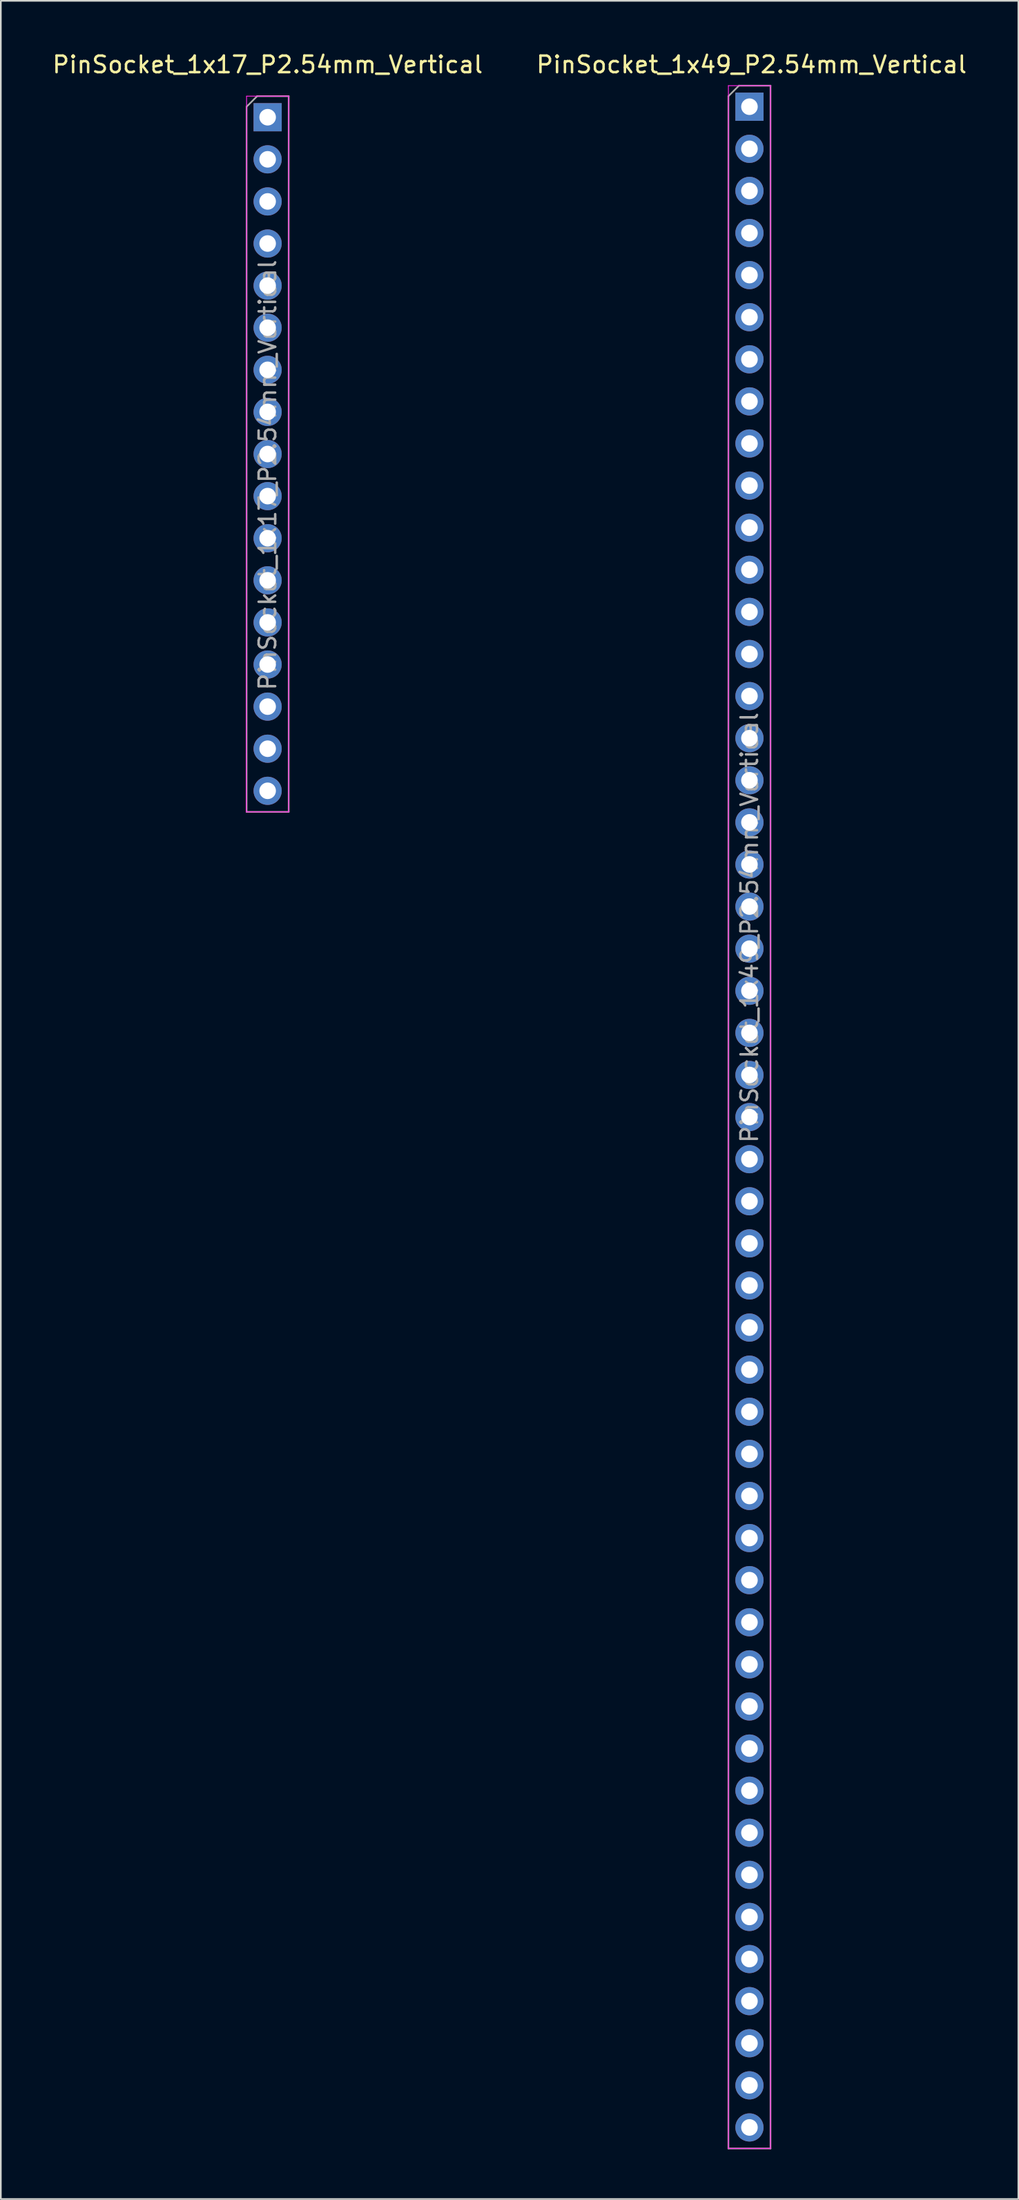
<source format=kicad_pcb>
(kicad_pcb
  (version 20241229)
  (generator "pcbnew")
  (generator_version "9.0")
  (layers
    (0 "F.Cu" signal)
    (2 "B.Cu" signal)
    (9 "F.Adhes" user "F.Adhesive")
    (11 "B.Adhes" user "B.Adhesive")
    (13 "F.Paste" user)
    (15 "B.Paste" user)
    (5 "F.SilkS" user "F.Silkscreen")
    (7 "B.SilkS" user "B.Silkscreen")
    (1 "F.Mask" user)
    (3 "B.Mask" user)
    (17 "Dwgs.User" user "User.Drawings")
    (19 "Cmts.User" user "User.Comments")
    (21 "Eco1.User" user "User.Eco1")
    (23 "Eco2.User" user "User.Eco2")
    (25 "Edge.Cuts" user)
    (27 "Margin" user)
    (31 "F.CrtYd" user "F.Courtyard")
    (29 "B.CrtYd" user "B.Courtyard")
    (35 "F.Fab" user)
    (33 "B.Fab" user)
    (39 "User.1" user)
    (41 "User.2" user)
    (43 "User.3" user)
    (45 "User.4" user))
  (footprint "PinSocket_1x49_P2.54mm_Vertical"
    (layer "F.Cu")
    (at 42.177 3.388)
    (property "Reference" "PinSocket_1x49_P2.54mm_Vertical" (at 0.127 -2.54 0) (layer "F.SilkS") (effects (font (size 1 1) (thickness 0.15))))
    (attr through_hole)
    (fp_line (start -1.27 -1.27) (end -1.27 123.19) (stroke (width 0.05) (type solid)) (layer "F.CrtYd"))
    (fp_line (start -1.27 123.19) (end 1.27 123.19) (stroke (width 0.05) (type solid)) (layer "F.CrtYd"))
    (fp_line (start 1.27 -1.27) (end -1.27 -1.27) (stroke (width 0.05) (type solid)) (layer "F.CrtYd"))
    (fp_line (start 1.27 123.19) (end 1.27 -1.27) (stroke (width 0.05) (type solid)) (layer "F.CrtYd"))
    (fp_line (start -1.27 -0.635) (end -0.635 -1.27) (stroke (width 0.1) (type solid)) (layer "F.Fab"))
    (fp_line (start -1.27 123.19) (end -1.27 -0.635) (stroke (width 0.1) (type solid)) (layer "F.Fab"))
    (fp_line (start -0.635 -1.27) (end 1.27 -1.27) (stroke (width 0.1) (type solid)) (layer "F.Fab"))
    (fp_line (start 1.27 -1.27) (end 1.27 123.19) (stroke (width 0.1) (type solid)) (layer "F.Fab"))
    (fp_line (start 1.27 123.19) (end -1.27 123.19) (stroke (width 0.1) (type solid)) (layer "F.Fab"))
    (fp_text user "${REFERENCE}" (at 0 49.53 90) (layer "F.Fab") (effects (font (size 1 1) (thickness 0.15))))
    (pad "1" thru_hole rect (at 0 0) (size 1.7 1.7) (drill 1) (layers "*.Cu" "*.Mask"))
    (pad "2" thru_hole oval (at 0 2.54) (size 1.7 1.7) (drill 1) (layers "*.Cu" "*.Mask"))
    (pad "3" thru_hole oval (at 0 5.08) (size 1.7 1.7) (drill 1) (layers "*.Cu" "*.Mask"))
    (pad "4" thru_hole oval (at 0 7.62) (size 1.7 1.7) (drill 1) (layers "*.Cu" "*.Mask"))
    (pad "5" thru_hole oval (at 0 10.16) (size 1.7 1.7) (drill 1) (layers "*.Cu" "*.Mask"))
    (pad "6" thru_hole oval (at 0 12.7) (size 1.7 1.7) (drill 1) (layers "*.Cu" "*.Mask"))
    (pad "7" thru_hole oval (at 0 15.24) (size 1.7 1.7) (drill 1) (layers "*.Cu" "*.Mask"))
    (pad "8" thru_hole oval (at 0 17.78) (size 1.7 1.7) (drill 1) (layers "*.Cu" "*.Mask"))
    (pad "9" thru_hole oval (at 0 20.32) (size 1.7 1.7) (drill 1) (layers "*.Cu" "*.Mask"))
    (pad "10" thru_hole oval (at 0 22.86) (size 1.7 1.7) (drill 1) (layers "*.Cu" "*.Mask"))
    (pad "11" thru_hole oval (at 0 25.4) (size 1.7 1.7) (drill 1) (layers "*.Cu" "*.Mask"))
    (pad "12" thru_hole oval (at 0 27.94) (size 1.7 1.7) (drill 1) (layers "*.Cu" "*.Mask"))
    (pad "13" thru_hole oval (at 0 30.48) (size 1.7 1.7) (drill 1) (layers "*.Cu" "*.Mask"))
    (pad "14" thru_hole oval (at 0 33.02) (size 1.7 1.7) (drill 1) (layers "*.Cu" "*.Mask"))
    (pad "15" thru_hole oval (at 0 35.56) (size 1.7 1.7) (drill 1) (layers "*.Cu" "*.Mask"))
    (pad "16" thru_hole oval (at 0 38.1) (size 1.7 1.7) (drill 1) (layers "*.Cu" "*.Mask"))
    (pad "17" thru_hole oval (at 0 40.64) (size 1.7 1.7) (drill 1) (layers "*.Cu" "*.Mask"))
    (pad "18" thru_hole oval (at 0 43.18) (size 1.7 1.7) (drill 1) (layers "*.Cu" "*.Mask"))
    (pad "19" thru_hole oval (at 0 45.72) (size 1.7 1.7) (drill 1) (layers "*.Cu" "*.Mask"))
    (pad "20" thru_hole oval (at 0 48.26) (size 1.7 1.7) (drill 1) (layers "*.Cu" "*.Mask"))
    (pad "21" thru_hole oval (at 0 50.8) (size 1.7 1.7) (drill 1) (layers "*.Cu" "*.Mask"))
    (pad "22" thru_hole oval (at 0 53.34) (size 1.7 1.7) (drill 1) (layers "*.Cu" "*.Mask"))
    (pad "23" thru_hole oval (at 0 55.88) (size 1.7 1.7) (drill 1) (layers "*.Cu" "*.Mask"))
    (pad "24" thru_hole oval (at 0 58.42) (size 1.7 1.7) (drill 1) (layers "*.Cu" "*.Mask"))
    (pad "25" thru_hole oval (at 0 60.96) (size 1.7 1.7) (drill 1) (layers "*.Cu" "*.Mask"))
    (pad "26" thru_hole oval (at 0 63.5) (size 1.7 1.7) (drill 1) (layers "*.Cu" "*.Mask"))
    (pad "27" thru_hole oval (at 0 66.04) (size 1.7 1.7) (drill 1) (layers "*.Cu" "*.Mask"))
    (pad "28" thru_hole oval (at 0 68.58) (size 1.7 1.7) (drill 1) (layers "*.Cu" "*.Mask"))
    (pad "29" thru_hole oval (at 0 71.12) (size 1.7 1.7) (drill 1) (layers "*.Cu" "*.Mask"))
    (pad "30" thru_hole oval (at 0 73.66) (size 1.7 1.7) (drill 1) (layers "*.Cu" "*.Mask"))
    (pad "31" thru_hole oval (at 0 76.2) (size 1.7 1.7) (drill 1) (layers "*.Cu" "*.Mask"))
    (pad "32" thru_hole oval (at 0 78.74) (size 1.7 1.7) (drill 1) (layers "*.Cu" "*.Mask"))
    (pad "33" thru_hole oval (at 0 81.28) (size 1.7 1.7) (drill 1) (layers "*.Cu" "*.Mask"))
    (pad "34" thru_hole oval (at 0 83.82) (size 1.7 1.7) (drill 1) (layers "*.Cu" "*.Mask"))
    (pad "35" thru_hole oval (at 0 86.36) (size 1.7 1.7) (drill 1) (layers "*.Cu" "*.Mask"))
    (pad "36" thru_hole oval (at 0 88.9) (size 1.7 1.7) (drill 1) (layers "*.Cu" "*.Mask"))
    (pad "37" thru_hole oval (at 0 91.44) (size 1.7 1.7) (drill 1) (layers "*.Cu" "*.Mask"))
    (pad "38" thru_hole oval (at 0 93.98) (size 1.7 1.7) (drill 1) (layers "*.Cu" "*.Mask"))
    (pad "39" thru_hole oval (at 0 96.52) (size 1.7 1.7) (drill 1) (layers "*.Cu" "*.Mask"))
    (pad "40" thru_hole oval (at 0 99.06) (size 1.7 1.7) (drill 1) (layers "*.Cu" "*.Mask"))
    (pad "41" thru_hole oval (at 0 101.6) (size 1.7 1.7) (drill 1) (layers "*.Cu" "*.Mask"))
    (pad "42" thru_hole oval (at 0 104.14) (size 1.7 1.7) (drill 1) (layers "*.Cu" "*.Mask"))
    (pad "43" thru_hole oval (at 0 106.68) (size 1.7 1.7) (drill 1) (layers "*.Cu" "*.Mask"))
    (pad "44" thru_hole oval (at 0 109.22) (size 1.7 1.7) (drill 1) (layers "*.Cu" "*.Mask"))
    (pad "45" thru_hole oval (at 0 111.76) (size 1.7 1.7) (drill 1) (layers "*.Cu" "*.Mask"))
    (pad "46" thru_hole oval (at 0 114.3) (size 1.7 1.7) (drill 1) (layers "*.Cu" "*.Mask"))
    (pad "47" thru_hole oval (at 0 116.84) (size 1.7 1.7) (drill 1) (layers "*.Cu" "*.Mask"))
    (pad "48" thru_hole oval (at 0 119.38) (size 1.7 1.7) (drill 1) (layers "*.Cu" "*.Mask"))
    (pad "49" thru_hole oval (at 0 121.92) (size 1.7 1.7) (drill 1) (layers "*.Cu" "*.Mask")))
  (footprint "PinSocket_1x17_P2.54mm_Vertical"
    (layer "F.Cu")
    (at 13.101 4.023)
    (property "Reference" "PinSocket_1x17_P2.54mm_Vertical" (at 0 -3.175 0) (layer "F.SilkS") (effects (font (size 1 1) (thickness 0.15))))
    (attr through_hole)
    (fp_line (start -1.292 41.91) (end 1.27 41.91) (stroke (width 0.05) (type solid)) (layer "F.CrtYd"))
    (fp_line (start -1.27 -1.27) (end -1.292 41.91) (stroke (width 0.05) (type solid)) (layer "F.CrtYd"))
    (fp_line (start 1.27 -1.27) (end -1.27 -1.27) (stroke (width 0.05) (type solid)) (layer "F.CrtYd"))
    (fp_line (start 1.27 41.91) (end 1.27 -1.27) (stroke (width 0.05) (type solid)) (layer "F.CrtYd"))
    (fp_line (start -1.27 -0.635) (end -0.635 -1.27) (stroke (width 0.1) (type solid)) (layer "F.Fab"))
    (fp_line (start -1.27 41.91) (end -1.27 -0.635) (stroke (width 0.1) (type solid)) (layer "F.Fab"))
    (fp_line (start -0.635 -1.27) (end 1.27 -1.27) (stroke (width 0.1) (type solid)) (layer "F.Fab"))
    (fp_line (start 1.27 -1.27) (end 1.27 41.91) (stroke (width 0.1) (type solid)) (layer "F.Fab"))
    (fp_line (start 1.27 41.91) (end -1.27 41.91) (stroke (width 0.1) (type solid)) (layer "F.Fab"))
    (fp_text user "${REFERENCE}" (at 0 21.59 90) (layer "F.Fab") (effects (font (size 1 1) (thickness 0.15))))
    (pad "1" thru_hole rect (at 0 0) (size 1.7 1.7) (drill 1) (layers "*.Cu" "*.Mask"))
    (pad "2" thru_hole oval (at 0 2.54) (size 1.7 1.7) (drill 1) (layers "*.Cu" "*.Mask"))
    (pad "3" thru_hole oval (at 0 5.08) (size 1.7 1.7) (drill 1) (layers "*.Cu" "*.Mask"))
    (pad "4" thru_hole oval (at 0 7.62) (size 1.7 1.7) (drill 1) (layers "*.Cu" "*.Mask"))
    (pad "5" thru_hole oval (at 0 10.16) (size 1.7 1.7) (drill 1) (layers "*.Cu" "*.Mask"))
    (pad "6" thru_hole oval (at 0 12.7) (size 1.7 1.7) (drill 1) (layers "*.Cu" "*.Mask"))
    (pad "7" thru_hole oval (at 0 15.24) (size 1.7 1.7) (drill 1) (layers "*.Cu" "*.Mask"))
    (pad "8" thru_hole oval (at 0 17.78) (size 1.7 1.7) (drill 1) (layers "*.Cu" "*.Mask"))
    (pad "9" thru_hole oval (at 0 20.32) (size 1.7 1.7) (drill 1) (layers "*.Cu" "*.Mask"))
    (pad "10" thru_hole oval (at 0 22.86) (size 1.7 1.7) (drill 1) (layers "*.Cu" "*.Mask"))
    (pad "11" thru_hole oval (at 0 25.4) (size 1.7 1.7) (drill 1) (layers "*.Cu" "*.Mask"))
    (pad "12" thru_hole oval (at 0 27.94) (size 1.7 1.7) (drill 1) (layers "*.Cu" "*.Mask"))
    (pad "13" thru_hole oval (at 0 30.48) (size 1.7 1.7) (drill 1) (layers "*.Cu" "*.Mask"))
    (pad "14" thru_hole oval (at 0 33.02) (size 1.7 1.7) (drill 1) (layers "*.Cu" "*.Mask"))
    (pad "15" thru_hole oval (at 0 35.56) (size 1.7 1.7) (drill 1) (layers "*.Cu" "*.Mask"))
    (pad "16" thru_hole oval (at 0 38.1) (size 1.7 1.7) (drill 1) (layers "*.Cu" "*.Mask"))
    (pad "17" thru_hole oval (at 0 40.64) (size 1.7 1.7) (drill 1) (layers "*.Cu" "*.Mask")))
  (gr_rect
    (start -3 -3)
    (end 58.405 129.628)
    (stroke (width 0.1) (type default))
    (fill no)
    (layer "Edge.Cuts")))
</source>
